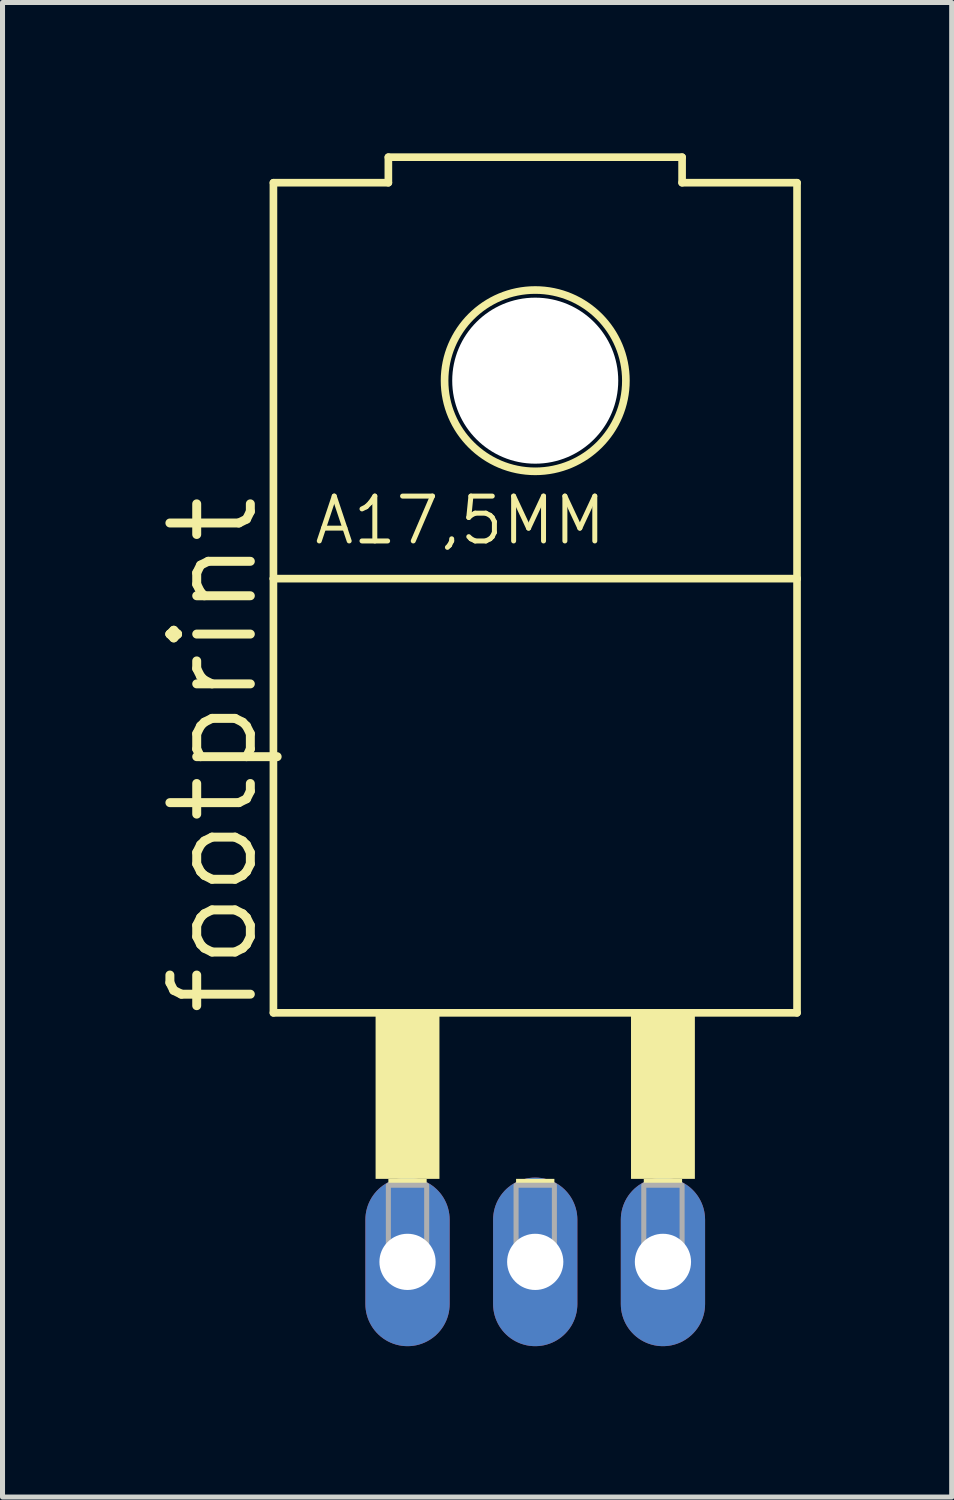
<source format=kicad_pcb>
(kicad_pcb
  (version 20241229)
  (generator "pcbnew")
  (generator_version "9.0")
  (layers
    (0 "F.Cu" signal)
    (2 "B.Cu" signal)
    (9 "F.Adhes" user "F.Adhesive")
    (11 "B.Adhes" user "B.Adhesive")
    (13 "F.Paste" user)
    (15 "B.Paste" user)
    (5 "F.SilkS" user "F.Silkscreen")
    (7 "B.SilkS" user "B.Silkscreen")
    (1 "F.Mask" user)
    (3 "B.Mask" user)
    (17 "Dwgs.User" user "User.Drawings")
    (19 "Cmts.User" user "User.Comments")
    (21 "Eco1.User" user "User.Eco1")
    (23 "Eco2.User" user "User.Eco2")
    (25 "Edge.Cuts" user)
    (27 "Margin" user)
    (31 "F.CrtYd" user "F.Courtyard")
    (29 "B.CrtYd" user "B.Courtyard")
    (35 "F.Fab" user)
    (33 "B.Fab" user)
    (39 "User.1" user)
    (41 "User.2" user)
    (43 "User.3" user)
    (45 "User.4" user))
  (footprint "footprint"
    (layer "F.Cu")
    (at 7.595 15.697)
    (property "Reference" "footprint" (at -5.461 1.524 90) (layer "F.SilkS") (effects (font (size 1.6 1.6) (thickness 0.178)) (justify left bottom)))
    (fp_line (start -5.207 -15.113) (end -2.921 -15.113) (stroke (width 0.152) (type solid)) (layer "F.SilkS"))
    (fp_line (start -5.207 -7.239) (end -5.207 -15.113) (stroke (width 0.152) (type solid)) (layer "F.SilkS"))
    (fp_line (start -5.207 -7.239) (end 5.207 -7.239) (stroke (width 0.152) (type solid)) (layer "F.SilkS"))
    (fp_line (start -5.207 1.397) (end -5.207 -7.239) (stroke (width 0.152) (type solid)) (layer "F.SilkS"))
    (fp_line (start -5.207 1.397) (end 5.207 1.397) (stroke (width 0.152) (type solid)) (layer "F.SilkS"))
    (fp_line (start -2.921 -15.621) (end -2.921 -15.113) (stroke (width 0.152) (type solid)) (layer "F.SilkS"))
    (fp_line (start -2.921 -15.621) (end 2.921 -15.621) (stroke (width 0.152) (type solid)) (layer "F.SilkS"))
    (fp_line (start 2.921 -15.621) (end 2.921 -15.113) (stroke (width 0.152) (type solid)) (layer "F.SilkS"))
    (fp_line (start 5.207 -15.113) (end 2.921 -15.113) (stroke (width 0.152) (type solid)) (layer "F.SilkS"))
    (fp_line (start 5.207 -7.239) (end 5.207 -15.113) (stroke (width 0.152) (type solid)) (layer "F.SilkS"))
    (fp_line (start 5.207 1.397) (end 5.207 -7.239) (stroke (width 0.152) (type solid)) (layer "F.SilkS"))
    (fp_circle (center 0 -11.176) (end 1.803 -11.176) (stroke (width 0.152) (type solid)) (fill no) (layer "F.SilkS"))
    (fp_poly (pts (xy -3.175 4.699) (xy -1.905 4.699) (xy -1.905 1.397) (xy -3.175 1.397)) (stroke (width 0) (type solid)) (fill yes) (layer "F.SilkS"))
    (fp_poly (pts (xy -2.921 4.826) (xy -2.159 4.826) (xy -2.159 4.699) (xy -2.921 4.699)) (stroke (width 0) (type solid)) (fill yes) (layer "F.SilkS"))
    (fp_poly (pts (xy -0.381 4.826) (xy 0.381 4.826) (xy 0.381 4.699) (xy -0.381 4.699)) (stroke (width 0) (type solid)) (fill yes) (layer "F.SilkS"))
    (fp_poly (pts (xy 1.905 4.699) (xy 3.175 4.699) (xy 3.175 1.397) (xy 1.905 1.397)) (stroke (width 0) (type solid)) (fill yes) (layer "F.SilkS"))
    (fp_poly (pts (xy 2.159 4.826) (xy 2.921 4.826) (xy 2.921 4.699) (xy 2.159 4.699)) (stroke (width 0) (type solid)) (fill yes) (layer "F.SilkS"))
    (fp_poly (pts (xy -2.921 6.477) (xy -2.159 6.477) (xy -2.159 4.826) (xy -2.921 4.826)) (stroke (width 0.1) (type solid)) (fill no) (layer "F.Fab"))
    (fp_poly (pts (xy -0.381 6.477) (xy 0.381 6.477) (xy 0.381 4.826) (xy -0.381 4.826)) (stroke (width 0.1) (type solid)) (fill no) (layer "F.Fab"))
    (fp_poly (pts (xy 2.159 6.477) (xy 2.921 6.477) (xy 2.921 4.826) (xy 2.159 4.826)) (stroke (width 0.1) (type solid)) (fill no) (layer "F.Fab"))
    (fp_text user "A17,5MM" (at -4.445 -7.874 0) (layer "F.SilkS") (effects (font (size 0.892 0.892) (thickness 0.099)) (justify left bottom)))
    (pad "" np_thru_hole circle (at 0 -11.176) (size 3.302 3.302) (drill 3.302) (layers "*.Cu" "*.Mask"))
    (pad "A1" thru_hole oval (at -2.54 6.35 90) (size 3.353 1.676) (drill 1.118) (layers "*.Cu" "*.Mask"))
    (pad "A2" thru_hole oval (at 2.54 6.35 90) (size 3.353 1.676) (drill 1.118) (layers "*.Cu" "*.Mask"))
    (pad "C" thru_hole oval (at 0 6.35 90) (size 3.353 1.676) (drill 1.118) (layers "*.Cu" "*.Mask"))
    (zone (net_name "") (layers "F.Cu" "B.Cu") (hatch edge 0.508) (connect_pads) (min_thickness 0.254) (filled_areas_thickness no) (keepout (tracks allowed) (vias not_allowed) (pads allowed) (copperpour allowed) (footprints allowed)) (placement (enabled no)) (fill) (polygon (pts (xy 10.516 4.521) (xy 10.471 4.014) (xy 10.339 3.522) (xy 10.124 3.061) (xy 9.832 2.644) (xy 9.472 2.284) (xy 9.055 1.992) (xy 8.594 1.776) (xy 8.102 1.645) (xy 7.595 1.6) (xy 7.087 1.645) (xy 6.596 1.776) (xy 6.134 1.992) (xy 5.717 2.284) (xy 5.357 2.644) (xy 5.065 3.061) (xy 4.85 3.522) (xy 4.718 4.014) (xy 4.674 4.521) (xy 4.718 5.028) (xy 4.85 5.52) (xy 5.065 5.982) (xy 5.357 6.399) (xy 5.717 6.759) (xy 6.134 7.051) (xy 6.596 7.266) (xy 7.087 7.398) (xy 7.595 7.442) (xy 8.102 7.398) (xy 8.594 7.266) (xy 9.055 7.051) (xy 9.472 6.759) (xy 9.832 6.399) (xy 10.124 5.982) (xy 10.339 5.52) (xy 10.471 5.028))))
    (zone (net_name "") (layer "B.Cu") (hatch edge 0.508) (connect_pads) (min_thickness 0.254) (filled_areas_thickness no) (keepout (tracks not_allowed) (vias not_allowed) (pads not_allowed) (copperpour not_allowed) (footprints allowed)) (placement (enabled no)) (fill) (polygon (pts (xy 10.516 4.521) (xy 10.471 4.014) (xy 10.339 3.522) (xy 10.124 3.061) (xy 9.832 2.644) (xy 9.472 2.284) (xy 9.055 1.992) (xy 8.594 1.776) (xy 8.102 1.645) (xy 7.595 1.6) (xy 7.087 1.645) (xy 6.596 1.776) (xy 6.134 1.992) (xy 5.717 2.284) (xy 5.357 2.644) (xy 5.065 3.061) (xy 4.85 3.522) (xy 4.718 4.014) (xy 4.674 4.521) (xy 4.718 5.028) (xy 4.85 5.52) (xy 5.065 5.982) (xy 5.357 6.399) (xy 5.717 6.759) (xy 6.134 7.051) (xy 6.596 7.266) (xy 7.087 7.398) (xy 7.595 7.442) (xy 8.102 7.398) (xy 8.594 7.266) (xy 9.055 7.051) (xy 9.472 6.759) (xy 9.832 6.399) (xy 10.124 5.982) (xy 10.339 5.52) (xy 10.471 5.028)))))
  (gr_rect
    (start -3 -3)
    (end 15.878 26.724)
    (stroke (width 0.1) (type default))
    (fill no)
    (layer "Edge.Cuts")))
</source>
